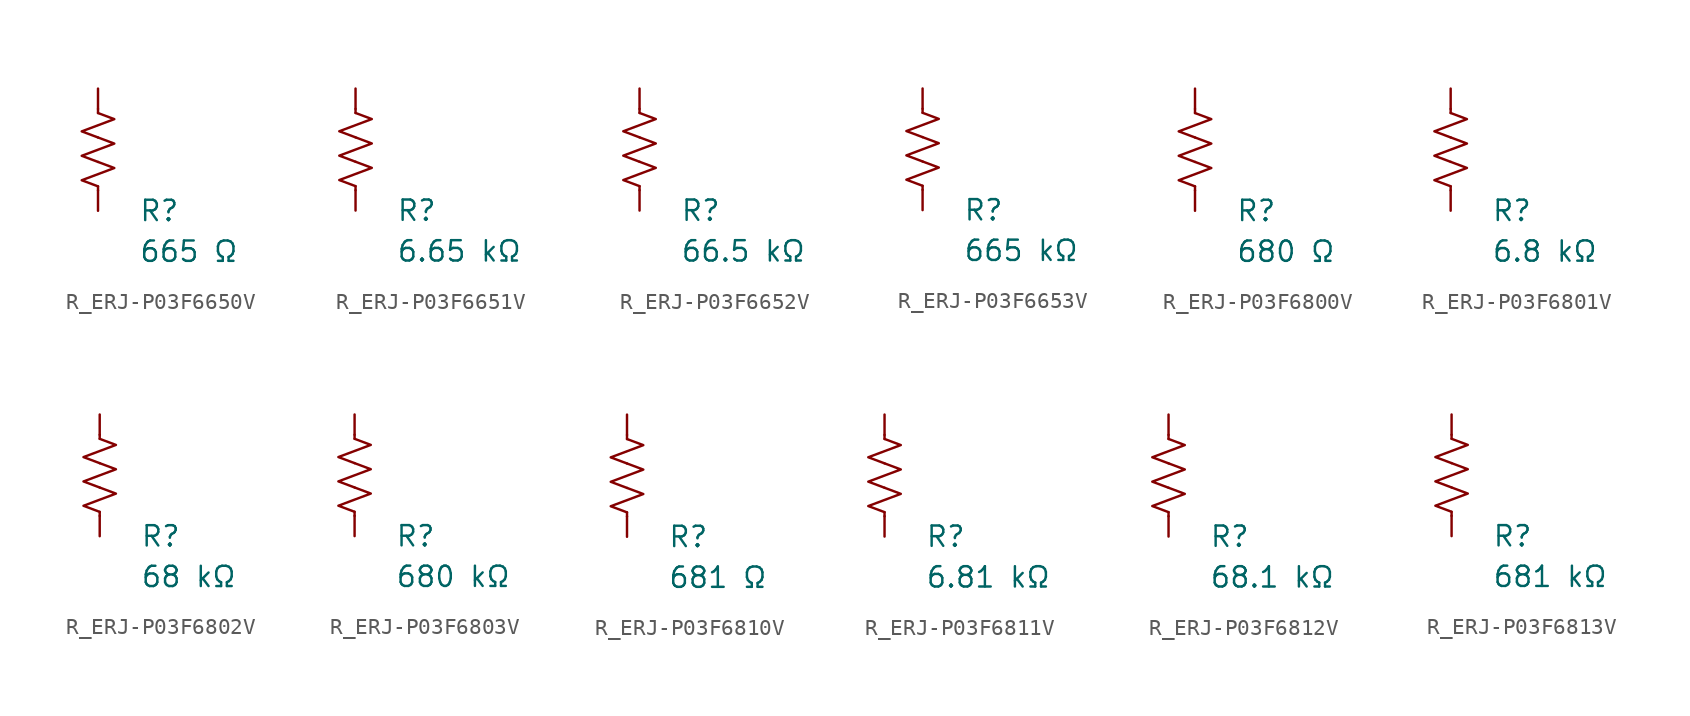
<source format=kicad_sym>
(kicad_symbol_lib
  (version 20231120)
  (generator "kicad_symbol_editor")
  (generator_version "8.0")
  (symbol "R_ERJ-P03F6650V"
    (pin_numbers hide)
    (pin_names
      (offset 0))
    (property "Reference" "R"
      (at 2.54 -3.81 0)
      (effects (font (size 1.27 1.27)) (justify left))
      (show_name no))
    (property "Value" "665 Ω"
      (at 2.54 -6.35 0)
      (effects (font (size 1.27 1.27)) (justify left))
      (show_name no))
    (symbol "R_ERJ-P03F6650V_0_1"
      (polyline (pts (xy 0 -2.286) (xy 0 -2.54)) (stroke (width 0) (type default)) (fill (type none)))
      (polyline (pts (xy 0 2.286) (xy 0 2.54)) (stroke (width 0) (type default)) (fill (type none)))
      (polyline (pts (xy 0 -0.762) (xy 1.016 -1.143) (xy 0 -1.524) (xy -1.016 -1.905) (xy 0 -2.286)) (stroke (width 0) (type default)) (fill (type none)))
      (polyline (pts (xy 0 0.762) (xy 1.016 0.381) (xy 0 0) (xy -1.016 -0.381) (xy 0 -0.762)) (stroke (width 0) (type default)) (fill (type none)))
      (polyline (pts (xy 0 2.286) (xy 1.016 1.905) (xy 0 1.524) (xy -1.016 1.143) (xy 0 0.762)) (stroke (width 0) (type default)) (fill (type none))))
    (symbol "R_ERJ-P03F6650V_1_1"
      (pin passive line (at 0 3.81 270) (length 1.27) (name "~" (effects (font (size 1.27 1.27)))) (number "1" (effects (font (size 1.27 1.27)))))
      (pin passive line (at 0 -3.81 90) (length 1.27) (name "~" (effects (font (size 1.27 1.27)))) (number "2" (effects (font (size 1.27 1.27)))))))
  (symbol "R_ERJ-P03F6651V"
    (pin_numbers hide)
    (pin_names
      (offset 0))
    (property "Reference" "R"
      (at 2.54 -3.81 0)
      (effects (font (size 1.27 1.27)) (justify left))
      (show_name no))
    (property "Value" "6.65 kΩ"
      (at 2.54 -6.35 0)
      (effects (font (size 1.27 1.27)) (justify left))
      (show_name no))
    (symbol "R_ERJ-P03F6651V_0_1"
      (polyline (pts (xy 0 -2.286) (xy 0 -2.54)) (stroke (width 0) (type default)) (fill (type none)))
      (polyline (pts (xy 0 2.286) (xy 0 2.54)) (stroke (width 0) (type default)) (fill (type none)))
      (polyline (pts (xy 0 -0.762) (xy 1.016 -1.143) (xy 0 -1.524) (xy -1.016 -1.905) (xy 0 -2.286)) (stroke (width 0) (type default)) (fill (type none)))
      (polyline (pts (xy 0 0.762) (xy 1.016 0.381) (xy 0 0) (xy -1.016 -0.381) (xy 0 -0.762)) (stroke (width 0) (type default)) (fill (type none)))
      (polyline (pts (xy 0 2.286) (xy 1.016 1.905) (xy 0 1.524) (xy -1.016 1.143) (xy 0 0.762)) (stroke (width 0) (type default)) (fill (type none))))
    (symbol "R_ERJ-P03F6651V_1_1"
      (pin passive line (at 0 3.81 270) (length 1.27) (name "~" (effects (font (size 1.27 1.27)))) (number "1" (effects (font (size 1.27 1.27)))))
      (pin passive line (at 0 -3.81 90) (length 1.27) (name "~" (effects (font (size 1.27 1.27)))) (number "2" (effects (font (size 1.27 1.27)))))))
  (symbol "R_ERJ-P03F6652V"
    (pin_numbers hide)
    (pin_names
      (offset 0))
    (property "Reference" "R"
      (at 2.54 -3.81 0)
      (effects (font (size 1.27 1.27)) (justify left))
      (show_name no))
    (property "Value" "66.5 kΩ"
      (at 2.54 -6.35 0)
      (effects (font (size 1.27 1.27)) (justify left))
      (show_name no))
    (symbol "R_ERJ-P03F6652V_0_1"
      (polyline (pts (xy 0 -2.286) (xy 0 -2.54)) (stroke (width 0) (type default)) (fill (type none)))
      (polyline (pts (xy 0 2.286) (xy 0 2.54)) (stroke (width 0) (type default)) (fill (type none)))
      (polyline (pts (xy 0 -0.762) (xy 1.016 -1.143) (xy 0 -1.524) (xy -1.016 -1.905) (xy 0 -2.286)) (stroke (width 0) (type default)) (fill (type none)))
      (polyline (pts (xy 0 0.762) (xy 1.016 0.381) (xy 0 0) (xy -1.016 -0.381) (xy 0 -0.762)) (stroke (width 0) (type default)) (fill (type none)))
      (polyline (pts (xy 0 2.286) (xy 1.016 1.905) (xy 0 1.524) (xy -1.016 1.143) (xy 0 0.762)) (stroke (width 0) (type default)) (fill (type none))))
    (symbol "R_ERJ-P03F6652V_1_1"
      (pin passive line (at 0 3.81 270) (length 1.27) (name "~" (effects (font (size 1.27 1.27)))) (number "1" (effects (font (size 1.27 1.27)))))
      (pin passive line (at 0 -3.81 90) (length 1.27) (name "~" (effects (font (size 1.27 1.27)))) (number "2" (effects (font (size 1.27 1.27)))))))
  (symbol "R_ERJ-P03F6653V"
    (pin_numbers hide)
    (pin_names
      (offset 0))
    (property "Reference" "R"
      (at 2.54 -3.81 0)
      (effects (font (size 1.27 1.27)) (justify left))
      (show_name no))
    (property "Value" "665 kΩ"
      (at 2.54 -6.35 0)
      (effects (font (size 1.27 1.27)) (justify left))
      (show_name no))
    (symbol "R_ERJ-P03F6653V_0_1"
      (polyline (pts (xy 0 -2.286) (xy 0 -2.54)) (stroke (width 0) (type default)) (fill (type none)))
      (polyline (pts (xy 0 2.286) (xy 0 2.54)) (stroke (width 0) (type default)) (fill (type none)))
      (polyline (pts (xy 0 -0.762) (xy 1.016 -1.143) (xy 0 -1.524) (xy -1.016 -1.905) (xy 0 -2.286)) (stroke (width 0) (type default)) (fill (type none)))
      (polyline (pts (xy 0 0.762) (xy 1.016 0.381) (xy 0 0) (xy -1.016 -0.381) (xy 0 -0.762)) (stroke (width 0) (type default)) (fill (type none)))
      (polyline (pts (xy 0 2.286) (xy 1.016 1.905) (xy 0 1.524) (xy -1.016 1.143) (xy 0 0.762)) (stroke (width 0) (type default)) (fill (type none))))
    (symbol "R_ERJ-P03F6653V_1_1"
      (pin passive line (at 0 3.81 270) (length 1.27) (name "~" (effects (font (size 1.27 1.27)))) (number "1" (effects (font (size 1.27 1.27)))))
      (pin passive line (at 0 -3.81 90) (length 1.27) (name "~" (effects (font (size 1.27 1.27)))) (number "2" (effects (font (size 1.27 1.27)))))))
  (symbol "R_ERJ-P03F6800V"
    (pin_numbers hide)
    (pin_names
      (offset 0))
    (property "Reference" "R"
      (at 2.54 -3.81 0)
      (effects (font (size 1.27 1.27)) (justify left))
      (show_name no))
    (property "Value" "680 Ω"
      (at 2.54 -6.35 0)
      (effects (font (size 1.27 1.27)) (justify left))
      (show_name no))
    (symbol "R_ERJ-P03F6800V_0_1"
      (polyline (pts (xy 0 -2.286) (xy 0 -2.54)) (stroke (width 0) (type default)) (fill (type none)))
      (polyline (pts (xy 0 2.286) (xy 0 2.54)) (stroke (width 0) (type default)) (fill (type none)))
      (polyline (pts (xy 0 -0.762) (xy 1.016 -1.143) (xy 0 -1.524) (xy -1.016 -1.905) (xy 0 -2.286)) (stroke (width 0) (type default)) (fill (type none)))
      (polyline (pts (xy 0 0.762) (xy 1.016 0.381) (xy 0 0) (xy -1.016 -0.381) (xy 0 -0.762)) (stroke (width 0) (type default)) (fill (type none)))
      (polyline (pts (xy 0 2.286) (xy 1.016 1.905) (xy 0 1.524) (xy -1.016 1.143) (xy 0 0.762)) (stroke (width 0) (type default)) (fill (type none))))
    (symbol "R_ERJ-P03F6800V_1_1"
      (pin passive line (at 0 3.81 270) (length 1.27) (name "~" (effects (font (size 1.27 1.27)))) (number "1" (effects (font (size 1.27 1.27)))))
      (pin passive line (at 0 -3.81 90) (length 1.27) (name "~" (effects (font (size 1.27 1.27)))) (number "2" (effects (font (size 1.27 1.27)))))))
  (symbol "R_ERJ-P03F6801V"
    (pin_numbers hide)
    (pin_names
      (offset 0))
    (property "Reference" "R"
      (at 2.54 -3.81 0)
      (effects (font (size 1.27 1.27)) (justify left))
      (show_name no))
    (property "Value" "6.8 kΩ"
      (at 2.54 -6.35 0)
      (effects (font (size 1.27 1.27)) (justify left))
      (show_name no))
    (symbol "R_ERJ-P03F6801V_0_1"
      (polyline (pts (xy 0 -2.286) (xy 0 -2.54)) (stroke (width 0) (type default)) (fill (type none)))
      (polyline (pts (xy 0 2.286) (xy 0 2.54)) (stroke (width 0) (type default)) (fill (type none)))
      (polyline (pts (xy 0 -0.762) (xy 1.016 -1.143) (xy 0 -1.524) (xy -1.016 -1.905) (xy 0 -2.286)) (stroke (width 0) (type default)) (fill (type none)))
      (polyline (pts (xy 0 0.762) (xy 1.016 0.381) (xy 0 0) (xy -1.016 -0.381) (xy 0 -0.762)) (stroke (width 0) (type default)) (fill (type none)))
      (polyline (pts (xy 0 2.286) (xy 1.016 1.905) (xy 0 1.524) (xy -1.016 1.143) (xy 0 0.762)) (stroke (width 0) (type default)) (fill (type none))))
    (symbol "R_ERJ-P03F6801V_1_1"
      (pin passive line (at 0 3.81 270) (length 1.27) (name "~" (effects (font (size 1.27 1.27)))) (number "1" (effects (font (size 1.27 1.27)))))
      (pin passive line (at 0 -3.81 90) (length 1.27) (name "~" (effects (font (size 1.27 1.27)))) (number "2" (effects (font (size 1.27 1.27)))))))
  (symbol "R_ERJ-P03F6802V"
    (pin_numbers hide)
    (pin_names
      (offset 0))
    (property "Reference" "R"
      (at 2.54 -3.81 0)
      (effects (font (size 1.27 1.27)) (justify left))
      (show_name no))
    (property "Value" "68 kΩ"
      (at 2.54 -6.35 0)
      (effects (font (size 1.27 1.27)) (justify left))
      (show_name no))
    (symbol "R_ERJ-P03F6802V_0_1"
      (polyline (pts (xy 0 -2.286) (xy 0 -2.54)) (stroke (width 0) (type default)) (fill (type none)))
      (polyline (pts (xy 0 2.286) (xy 0 2.54)) (stroke (width 0) (type default)) (fill (type none)))
      (polyline (pts (xy 0 -0.762) (xy 1.016 -1.143) (xy 0 -1.524) (xy -1.016 -1.905) (xy 0 -2.286)) (stroke (width 0) (type default)) (fill (type none)))
      (polyline (pts (xy 0 0.762) (xy 1.016 0.381) (xy 0 0) (xy -1.016 -0.381) (xy 0 -0.762)) (stroke (width 0) (type default)) (fill (type none)))
      (polyline (pts (xy 0 2.286) (xy 1.016 1.905) (xy 0 1.524) (xy -1.016 1.143) (xy 0 0.762)) (stroke (width 0) (type default)) (fill (type none))))
    (symbol "R_ERJ-P03F6802V_1_1"
      (pin passive line (at 0 3.81 270) (length 1.27) (name "~" (effects (font (size 1.27 1.27)))) (number "1" (effects (font (size 1.27 1.27)))))
      (pin passive line (at 0 -3.81 90) (length 1.27) (name "~" (effects (font (size 1.27 1.27)))) (number "2" (effects (font (size 1.27 1.27)))))))
  (symbol "R_ERJ-P03F6803V"
    (pin_numbers hide)
    (pin_names
      (offset 0))
    (property "Reference" "R"
      (at 2.54 -3.81 0)
      (effects (font (size 1.27 1.27)) (justify left))
      (show_name no))
    (property "Value" "680 kΩ"
      (at 2.54 -6.35 0)
      (effects (font (size 1.27 1.27)) (justify left))
      (show_name no))
    (symbol "R_ERJ-P03F6803V_0_1"
      (polyline (pts (xy 0 -2.286) (xy 0 -2.54)) (stroke (width 0) (type default)) (fill (type none)))
      (polyline (pts (xy 0 2.286) (xy 0 2.54)) (stroke (width 0) (type default)) (fill (type none)))
      (polyline (pts (xy 0 -0.762) (xy 1.016 -1.143) (xy 0 -1.524) (xy -1.016 -1.905) (xy 0 -2.286)) (stroke (width 0) (type default)) (fill (type none)))
      (polyline (pts (xy 0 0.762) (xy 1.016 0.381) (xy 0 0) (xy -1.016 -0.381) (xy 0 -0.762)) (stroke (width 0) (type default)) (fill (type none)))
      (polyline (pts (xy 0 2.286) (xy 1.016 1.905) (xy 0 1.524) (xy -1.016 1.143) (xy 0 0.762)) (stroke (width 0) (type default)) (fill (type none))))
    (symbol "R_ERJ-P03F6803V_1_1"
      (pin passive line (at 0 3.81 270) (length 1.27) (name "~" (effects (font (size 1.27 1.27)))) (number "1" (effects (font (size 1.27 1.27)))))
      (pin passive line (at 0 -3.81 90) (length 1.27) (name "~" (effects (font (size 1.27 1.27)))) (number "2" (effects (font (size 1.27 1.27)))))))
  (symbol "R_ERJ-P03F6810V"
    (pin_numbers hide)
    (pin_names
      (offset 0))
    (property "Reference" "R"
      (at 2.54 -3.81 0)
      (effects (font (size 1.27 1.27)) (justify left))
      (show_name no))
    (property "Value" "681 Ω"
      (at 2.54 -6.35 0)
      (effects (font (size 1.27 1.27)) (justify left))
      (show_name no))
    (symbol "R_ERJ-P03F6810V_0_1"
      (polyline (pts (xy 0 -2.286) (xy 0 -2.54)) (stroke (width 0) (type default)) (fill (type none)))
      (polyline (pts (xy 0 2.286) (xy 0 2.54)) (stroke (width 0) (type default)) (fill (type none)))
      (polyline (pts (xy 0 -0.762) (xy 1.016 -1.143) (xy 0 -1.524) (xy -1.016 -1.905) (xy 0 -2.286)) (stroke (width 0) (type default)) (fill (type none)))
      (polyline (pts (xy 0 0.762) (xy 1.016 0.381) (xy 0 0) (xy -1.016 -0.381) (xy 0 -0.762)) (stroke (width 0) (type default)) (fill (type none)))
      (polyline (pts (xy 0 2.286) (xy 1.016 1.905) (xy 0 1.524) (xy -1.016 1.143) (xy 0 0.762)) (stroke (width 0) (type default)) (fill (type none))))
    (symbol "R_ERJ-P03F6810V_1_1"
      (pin passive line (at 0 3.81 270) (length 1.27) (name "~" (effects (font (size 1.27 1.27)))) (number "1" (effects (font (size 1.27 1.27)))))
      (pin passive line (at 0 -3.81 90) (length 1.27) (name "~" (effects (font (size 1.27 1.27)))) (number "2" (effects (font (size 1.27 1.27)))))))
  (symbol "R_ERJ-P03F6811V"
    (pin_numbers hide)
    (pin_names
      (offset 0))
    (property "Reference" "R"
      (at 2.54 -3.81 0)
      (effects (font (size 1.27 1.27)) (justify left))
      (show_name no))
    (property "Value" "6.81 kΩ"
      (at 2.54 -6.35 0)
      (effects (font (size 1.27 1.27)) (justify left))
      (show_name no))
    (symbol "R_ERJ-P03F6811V_0_1"
      (polyline (pts (xy 0 -2.286) (xy 0 -2.54)) (stroke (width 0) (type default)) (fill (type none)))
      (polyline (pts (xy 0 2.286) (xy 0 2.54)) (stroke (width 0) (type default)) (fill (type none)))
      (polyline (pts (xy 0 -0.762) (xy 1.016 -1.143) (xy 0 -1.524) (xy -1.016 -1.905) (xy 0 -2.286)) (stroke (width 0) (type default)) (fill (type none)))
      (polyline (pts (xy 0 0.762) (xy 1.016 0.381) (xy 0 0) (xy -1.016 -0.381) (xy 0 -0.762)) (stroke (width 0) (type default)) (fill (type none)))
      (polyline (pts (xy 0 2.286) (xy 1.016 1.905) (xy 0 1.524) (xy -1.016 1.143) (xy 0 0.762)) (stroke (width 0) (type default)) (fill (type none))))
    (symbol "R_ERJ-P03F6811V_1_1"
      (pin passive line (at 0 3.81 270) (length 1.27) (name "~" (effects (font (size 1.27 1.27)))) (number "1" (effects (font (size 1.27 1.27)))))
      (pin passive line (at 0 -3.81 90) (length 1.27) (name "~" (effects (font (size 1.27 1.27)))) (number "2" (effects (font (size 1.27 1.27)))))))
  (symbol "R_ERJ-P03F6812V"
    (pin_numbers hide)
    (pin_names
      (offset 0))
    (property "Reference" "R"
      (at 2.54 -3.81 0)
      (effects (font (size 1.27 1.27)) (justify left))
      (show_name no))
    (property "Value" "68.1 kΩ"
      (at 2.54 -6.35 0)
      (effects (font (size 1.27 1.27)) (justify left))
      (show_name no))
    (symbol "R_ERJ-P03F6812V_0_1"
      (polyline (pts (xy 0 -2.286) (xy 0 -2.54)) (stroke (width 0) (type default)) (fill (type none)))
      (polyline (pts (xy 0 2.286) (xy 0 2.54)) (stroke (width 0) (type default)) (fill (type none)))
      (polyline (pts (xy 0 -0.762) (xy 1.016 -1.143) (xy 0 -1.524) (xy -1.016 -1.905) (xy 0 -2.286)) (stroke (width 0) (type default)) (fill (type none)))
      (polyline (pts (xy 0 0.762) (xy 1.016 0.381) (xy 0 0) (xy -1.016 -0.381) (xy 0 -0.762)) (stroke (width 0) (type default)) (fill (type none)))
      (polyline (pts (xy 0 2.286) (xy 1.016 1.905) (xy 0 1.524) (xy -1.016 1.143) (xy 0 0.762)) (stroke (width 0) (type default)) (fill (type none))))
    (symbol "R_ERJ-P03F6812V_1_1"
      (pin passive line (at 0 3.81 270) (length 1.27) (name "~" (effects (font (size 1.27 1.27)))) (number "1" (effects (font (size 1.27 1.27)))))
      (pin passive line (at 0 -3.81 90) (length 1.27) (name "~" (effects (font (size 1.27 1.27)))) (number "2" (effects (font (size 1.27 1.27)))))))
  (symbol "R_ERJ-P03F6813V"
    (pin_numbers hide)
    (pin_names
      (offset 0))
    (property "Reference" "R"
      (at 2.54 -3.81 0)
      (effects (font (size 1.27 1.27)) (justify left))
      (show_name no))
    (property "Value" "681 kΩ"
      (at 2.54 -6.35 0)
      (effects (font (size 1.27 1.27)) (justify left))
      (show_name no))
    (symbol "R_ERJ-P03F6813V_0_1"
      (polyline (pts (xy 0 -2.286) (xy 0 -2.54)) (stroke (width 0) (type default)) (fill (type none)))
      (polyline (pts (xy 0 2.286) (xy 0 2.54)) (stroke (width 0) (type default)) (fill (type none)))
      (polyline (pts (xy 0 -0.762) (xy 1.016 -1.143) (xy 0 -1.524) (xy -1.016 -1.905) (xy 0 -2.286)) (stroke (width 0) (type default)) (fill (type none)))
      (polyline (pts (xy 0 0.762) (xy 1.016 0.381) (xy 0 0) (xy -1.016 -0.381) (xy 0 -0.762)) (stroke (width 0) (type default)) (fill (type none)))
      (polyline (pts (xy 0 2.286) (xy 1.016 1.905) (xy 0 1.524) (xy -1.016 1.143) (xy 0 0.762)) (stroke (width 0) (type default)) (fill (type none))))
    (symbol "R_ERJ-P03F6813V_1_1"
      (pin passive line (at 0 3.81 270) (length 1.27) (name "~" (effects (font (size 1.27 1.27)))) (number "1" (effects (font (size 1.27 1.27)))))
      (pin passive line (at 0 -3.81 90) (length 1.27) (name "~" (effects (font (size 1.27 1.27)))) (number "2" (effects (font (size 1.27 1.27))))))))
</source>
